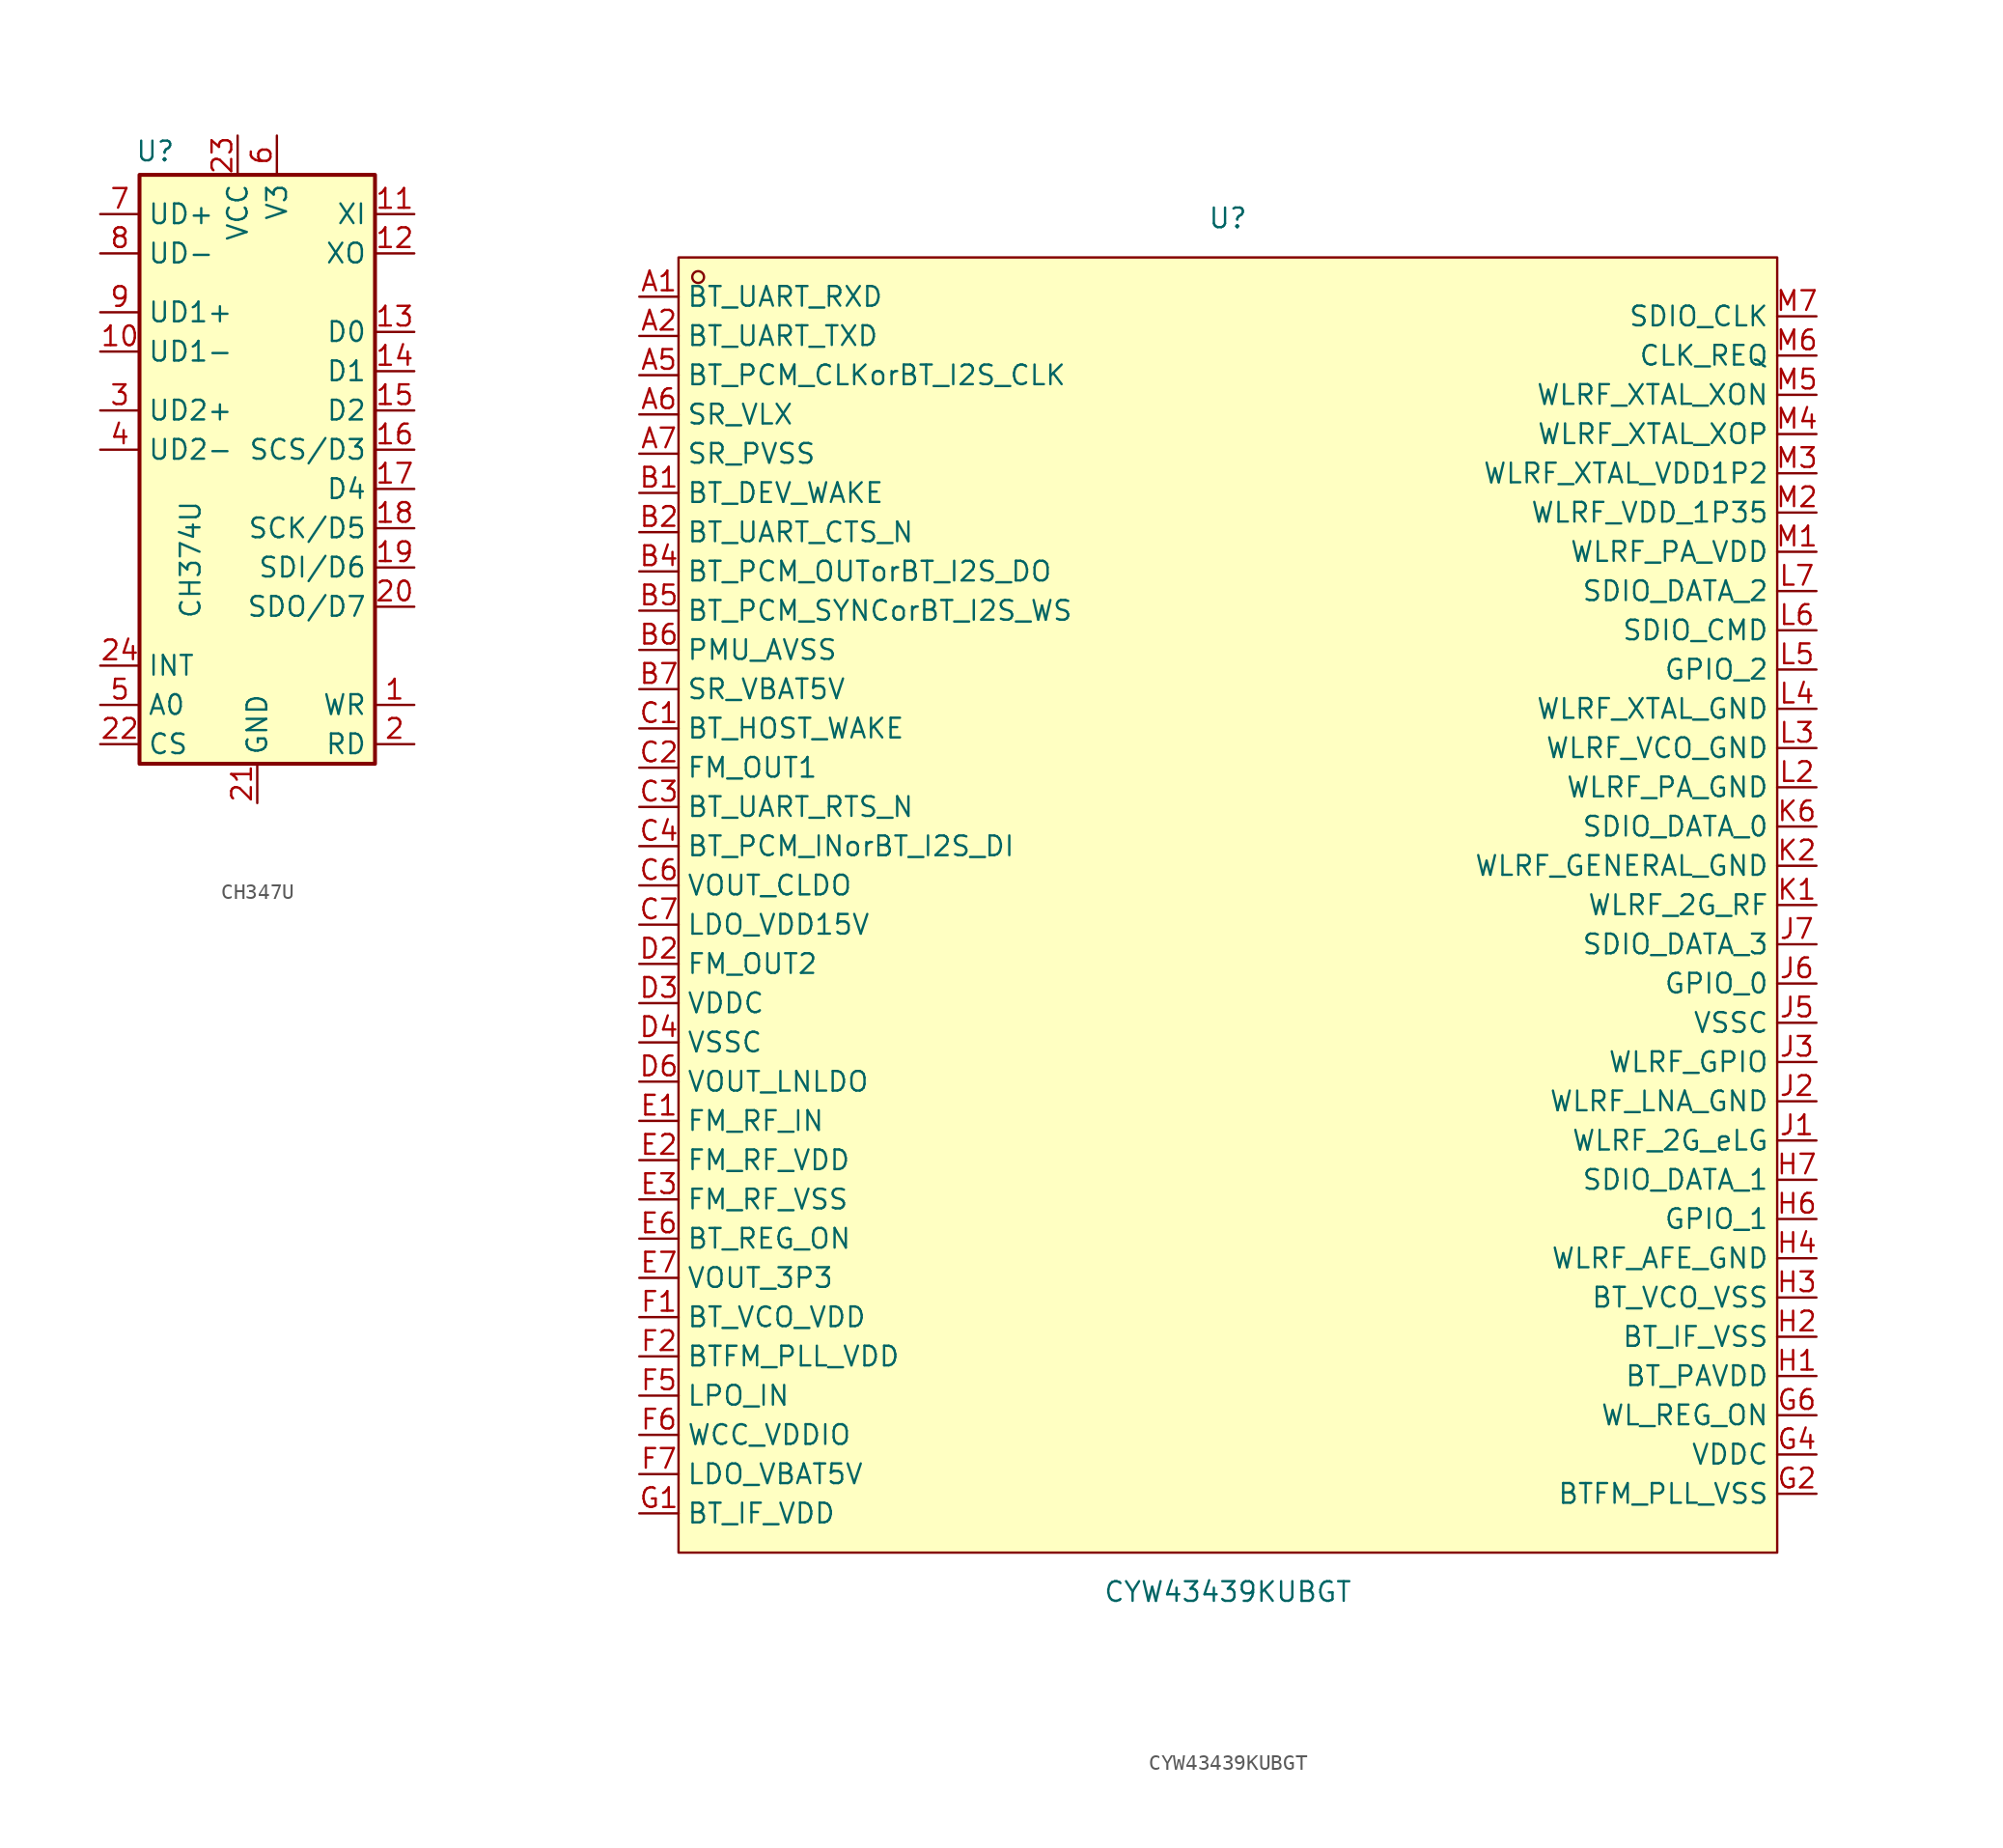
<source format=kicad_sym>
(kicad_symbol_lib
  (version 20241209)
  (generator "kicad_symbol_editor")
  (generator_version "9.0")
  (symbol "CH347U"
    (property "Reference" "U"
      (at -6.604 20.574 0)
      (effects (font (size 1.27 1.27))))
    (property "Value" "CH374U"
      (at -4.318 -5.842 90)
      (effects (font (size 1.27 1.27))))
    (symbol "CH347U_1_0"
      (pin output line (at -10.16 -12.7 0) (length 2.54) (name "INT" (effects (font (size 1.27 1.27)))) (number "24" (effects (font (size 1.27 1.27)))))
      (pin input line (at -10.16 -17.78 0) (length 2.54) (name "CS" (effects (font (size 1.27 1.27)))) (number "22" (effects (font (size 1.27 1.27)))))
      (pin power_in line (at -1.27 21.59 270) (length 2.54) (name "VCC" (effects (font (size 1.27 1.27)))) (number "23" (effects (font (size 1.27 1.27)))))
      (pin power_in line (at 0 -21.59 90) (length 2.54) (name "GND" (effects (font (size 1.27 1.27)))) (number "21" (effects (font (size 1.27 1.27))))))
    (symbol "CH347U_1_1"
      (rectangle (start -7.62 19.05) (end 7.62 -19.05) (stroke (width 0.254) (type default)) (fill (type background)))
      (pin bidirectional line (at -10.16 16.51 0) (length 2.54) (name "UD+" (effects (font (size 1.27 1.27)))) (number "7" (effects (font (size 1.27 1.27)))))
      (pin bidirectional line (at -10.16 13.97 0) (length 2.54) (name "UD-" (effects (font (size 1.27 1.27)))) (number "8" (effects (font (size 1.27 1.27)))))
      (pin bidirectional line (at -10.16 10.16 0) (length 2.54) (name "UD1+" (effects (font (size 1.27 1.27)))) (number "9" (effects (font (size 1.27 1.27)))))
      (pin bidirectional line (at -10.16 7.62 0) (length 2.54) (name "UD1-" (effects (font (size 1.27 1.27)))) (number "10" (effects (font (size 1.27 1.27)))))
      (pin bidirectional line (at -10.16 3.81 0) (length 2.54) (name "UD2+" (effects (font (size 1.27 1.27)))) (number "3" (effects (font (size 1.27 1.27)))))
      (pin bidirectional line (at -10.16 1.27 0) (length 2.54) (name "UD2-" (effects (font (size 1.27 1.27)))) (number "4" (effects (font (size 1.27 1.27)))))
      (pin input line (at -10.16 -15.24 0) (length 2.54) (name "A0" (effects (font (size 1.27 1.27)))) (number "5" (effects (font (size 1.27 1.27)))))
      (pin input line (at 1.27 21.59 270) (length 2.54) (name "V3" (effects (font (size 1.27 1.27)))) (number "6" (effects (font (size 1.27 1.27)))))
      (pin input line (at 10.16 16.51 180) (length 2.54) (name "XI" (effects (font (size 1.27 1.27)))) (number "11" (effects (font (size 1.27 1.27)))))
      (pin output line (at 10.16 13.97 180) (length 2.54) (name "XO" (effects (font (size 1.27 1.27)))) (number "12" (effects (font (size 1.27 1.27)))))
      (pin tri_state line (at 10.16 8.89 180) (length 2.54) (name "D0" (effects (font (size 1.27 1.27)))) (number "13" (effects (font (size 1.27 1.27)))))
      (pin tri_state line (at 10.16 6.35 180) (length 2.54) (name "D1" (effects (font (size 1.27 1.27)))) (number "14" (effects (font (size 1.27 1.27)))))
      (pin tri_state line (at 10.16 3.81 180) (length 2.54) (name "D2" (effects (font (size 1.27 1.27)))) (number "15" (effects (font (size 1.27 1.27)))))
      (pin tri_state line (at 10.16 1.27 180) (length 2.54) (name "SCS/D3" (effects (font (size 1.27 1.27)))) (number "16" (effects (font (size 1.27 1.27)))))
      (pin tri_state line (at 10.16 -1.27 180) (length 2.54) (name "D4" (effects (font (size 1.27 1.27)))) (number "17" (effects (font (size 1.27 1.27)))))
      (pin tri_state line (at 10.16 -3.81 180) (length 2.54) (name "SCK/D5" (effects (font (size 1.27 1.27)))) (number "18" (effects (font (size 1.27 1.27)))))
      (pin tri_state line (at 10.16 -6.35 180) (length 2.54) (name "SDI/D6" (effects (font (size 1.27 1.27)))) (number "19" (effects (font (size 1.27 1.27)))))
      (pin tri_state line (at 10.16 -8.89 180) (length 2.54) (name "SDO/D7" (effects (font (size 1.27 1.27)))) (number "20" (effects (font (size 1.27 1.27)))))
      (pin input line (at 10.16 -15.24 180) (length 2.54) (name "WR" (effects (font (size 1.27 1.27)))) (number "1" (effects (font (size 1.27 1.27)))))
      (pin input line (at 10.16 -17.78 180) (length 2.54) (name "RD" (effects (font (size 1.27 1.27)))) (number "2" (effects (font (size 1.27 1.27)))))))
  (symbol "CYW43439KUBGT"
    (property "Reference" "U"
      (at 0 44.45 0)
      (effects (font (size 1.27 1.27))))
    (property "Value" "CYW43439KUBGT"
      (at 0 -44.45 0)
      (effects (font (size 1.27 1.27))))
    (symbol "CYW43439KUBGT_0_1"
      (rectangle (start -35.56 41.91) (end 35.56 -41.91) (stroke (width 0) (type default)) (fill (type background)))
      (circle (center -34.29 40.64) (radius 0.38) (stroke (width 0) (type default)) (fill (type none)))
      (pin unspecified line (at -38.1 39.37 0) (length 2.54) (name "BT_UART_RXD" (effects (font (size 1.27 1.27)))) (number "A1" (effects (font (size 1.27 1.27)))))
      (pin unspecified line (at -38.1 36.83 0) (length 2.54) (name "BT_UART_TXD" (effects (font (size 1.27 1.27)))) (number "A2" (effects (font (size 1.27 1.27)))))
      (pin unspecified line (at -38.1 34.29 0) (length 2.54) (name "BT_PCM_CLKorBT_I2S_CLK" (effects (font (size 1.27 1.27)))) (number "A5" (effects (font (size 1.27 1.27)))))
      (pin unspecified line (at -38.1 31.75 0) (length 2.54) (name "SR_VLX" (effects (font (size 1.27 1.27)))) (number "A6" (effects (font (size 1.27 1.27)))))
      (pin unspecified line (at -38.1 29.21 0) (length 2.54) (name "SR_PVSS" (effects (font (size 1.27 1.27)))) (number "A7" (effects (font (size 1.27 1.27)))))
      (pin unspecified line (at -38.1 26.67 0) (length 2.54) (name "BT_DEV_WAKE" (effects (font (size 1.27 1.27)))) (number "B1" (effects (font (size 1.27 1.27)))))
      (pin unspecified line (at -38.1 24.13 0) (length 2.54) (name "BT_UART_CTS_N" (effects (font (size 1.27 1.27)))) (number "B2" (effects (font (size 1.27 1.27)))))
      (pin unspecified line (at -38.1 21.59 0) (length 2.54) (name "BT_PCM_OUTorBT_I2S_DO" (effects (font (size 1.27 1.27)))) (number "B4" (effects (font (size 1.27 1.27)))))
      (pin unspecified line (at -38.1 19.05 0) (length 2.54) (name "BT_PCM_SYNCorBT_I2S_WS" (effects (font (size 1.27 1.27)))) (number "B5" (effects (font (size 1.27 1.27)))))
      (pin unspecified line (at -38.1 16.51 0) (length 2.54) (name "PMU_AVSS" (effects (font (size 1.27 1.27)))) (number "B6" (effects (font (size 1.27 1.27)))))
      (pin unspecified line (at -38.1 13.97 0) (length 2.54) (name "SR_VBAT5V" (effects (font (size 1.27 1.27)))) (number "B7" (effects (font (size 1.27 1.27)))))
      (pin unspecified line (at -38.1 11.43 0) (length 2.54) (name "BT_HOST_WAKE" (effects (font (size 1.27 1.27)))) (number "C1" (effects (font (size 1.27 1.27)))))
      (pin unspecified line (at -38.1 8.89 0) (length 2.54) (name "FM_OUT1" (effects (font (size 1.27 1.27)))) (number "C2" (effects (font (size 1.27 1.27)))))
      (pin unspecified line (at -38.1 6.35 0) (length 2.54) (name "BT_UART_RTS_N" (effects (font (size 1.27 1.27)))) (number "C3" (effects (font (size 1.27 1.27)))))
      (pin unspecified line (at -38.1 3.81 0) (length 2.54) (name "BT_PCM_INorBT_I2S_DI" (effects (font (size 1.27 1.27)))) (number "C4" (effects (font (size 1.27 1.27)))))
      (pin unspecified line (at -38.1 1.27 0) (length 2.54) (name "VOUT_CLDO" (effects (font (size 1.27 1.27)))) (number "C6" (effects (font (size 1.27 1.27)))))
      (pin unspecified line (at -38.1 -1.27 0) (length 2.54) (name "LDO_VDD15V" (effects (font (size 1.27 1.27)))) (number "C7" (effects (font (size 1.27 1.27)))))
      (pin unspecified line (at -38.1 -3.81 0) (length 2.54) (name "FM_OUT2" (effects (font (size 1.27 1.27)))) (number "D2" (effects (font (size 1.27 1.27)))))
      (pin unspecified line (at -38.1 -6.35 0) (length 2.54) (name "VDDC" (effects (font (size 1.27 1.27)))) (number "D3" (effects (font (size 1.27 1.27)))))
      (pin unspecified line (at -38.1 -8.89 0) (length 2.54) (name "VSSC" (effects (font (size 1.27 1.27)))) (number "D4" (effects (font (size 1.27 1.27)))))
      (pin unspecified line (at -38.1 -11.43 0) (length 2.54) (name "VOUT_LNLDO" (effects (font (size 1.27 1.27)))) (number "D6" (effects (font (size 1.27 1.27)))))
      (pin unspecified line (at -38.1 -13.97 0) (length 2.54) (name "FM_RF_IN" (effects (font (size 1.27 1.27)))) (number "E1" (effects (font (size 1.27 1.27)))))
      (pin unspecified line (at -38.1 -16.51 0) (length 2.54) (name "FM_RF_VDD" (effects (font (size 1.27 1.27)))) (number "E2" (effects (font (size 1.27 1.27)))))
      (pin unspecified line (at -38.1 -19.05 0) (length 2.54) (name "FM_RF_VSS" (effects (font (size 1.27 1.27)))) (number "E3" (effects (font (size 1.27 1.27)))))
      (pin unspecified line (at -38.1 -21.59 0) (length 2.54) (name "BT_REG_ON" (effects (font (size 1.27 1.27)))) (number "E6" (effects (font (size 1.27 1.27)))))
      (pin unspecified line (at -38.1 -24.13 0) (length 2.54) (name "VOUT_3P3" (effects (font (size 1.27 1.27)))) (number "E7" (effects (font (size 1.27 1.27)))))
      (pin unspecified line (at -38.1 -26.67 0) (length 2.54) (name "BT_VCO_VDD" (effects (font (size 1.27 1.27)))) (number "F1" (effects (font (size 1.27 1.27)))))
      (pin unspecified line (at -38.1 -29.21 0) (length 2.54) (name "BTFM_PLL_VDD" (effects (font (size 1.27 1.27)))) (number "F2" (effects (font (size 1.27 1.27)))))
      (pin unspecified line (at -38.1 -31.75 0) (length 2.54) (name "LPO_IN" (effects (font (size 1.27 1.27)))) (number "F5" (effects (font (size 1.27 1.27)))))
      (pin unspecified line (at -38.1 -34.29 0) (length 2.54) (name "WCC_VDDIO" (effects (font (size 1.27 1.27)))) (number "F6" (effects (font (size 1.27 1.27)))))
      (pin unspecified line (at -38.1 -36.83 0) (length 2.54) (name "LDO_VBAT5V" (effects (font (size 1.27 1.27)))) (number "F7" (effects (font (size 1.27 1.27)))))
      (pin unspecified line (at -38.1 -39.37 0) (length 2.54) (name "BT_IF_VDD" (effects (font (size 1.27 1.27)))) (number "G1" (effects (font (size 1.27 1.27)))))
      (pin unspecified line (at 38.1 38.1 180) (length 2.54) (name "SDIO_CLK" (effects (font (size 1.27 1.27)))) (number "M7" (effects (font (size 1.27 1.27)))))
      (pin unspecified line (at 38.1 35.56 180) (length 2.54) (name "CLK_REQ" (effects (font (size 1.27 1.27)))) (number "M6" (effects (font (size 1.27 1.27)))))
      (pin unspecified line (at 38.1 33.02 180) (length 2.54) (name "WLRF_XTAL_XON" (effects (font (size 1.27 1.27)))) (number "M5" (effects (font (size 1.27 1.27)))))
      (pin unspecified line (at 38.1 30.48 180) (length 2.54) (name "WLRF_XTAL_XOP" (effects (font (size 1.27 1.27)))) (number "M4" (effects (font (size 1.27 1.27)))))
      (pin unspecified line (at 38.1 27.94 180) (length 2.54) (name "WLRF_XTAL_VDD1P2" (effects (font (size 1.27 1.27)))) (number "M3" (effects (font (size 1.27 1.27)))))
      (pin unspecified line (at 38.1 25.4 180) (length 2.54) (name "WLRF_VDD_1P35" (effects (font (size 1.27 1.27)))) (number "M2" (effects (font (size 1.27 1.27)))))
      (pin unspecified line (at 38.1 22.86 180) (length 2.54) (name "WLRF_PA_VDD" (effects (font (size 1.27 1.27)))) (number "M1" (effects (font (size 1.27 1.27)))))
      (pin unspecified line (at 38.1 20.32 180) (length 2.54) (name "SDIO_DATA_2" (effects (font (size 1.27 1.27)))) (number "L7" (effects (font (size 1.27 1.27)))))
      (pin unspecified line (at 38.1 17.78 180) (length 2.54) (name "SDIO_CMD" (effects (font (size 1.27 1.27)))) (number "L6" (effects (font (size 1.27 1.27)))))
      (pin unspecified line (at 38.1 15.24 180) (length 2.54) (name "GPIO_2" (effects (font (size 1.27 1.27)))) (number "L5" (effects (font (size 1.27 1.27)))))
      (pin unspecified line (at 38.1 12.7 180) (length 2.54) (name "WLRF_XTAL_GND" (effects (font (size 1.27 1.27)))) (number "L4" (effects (font (size 1.27 1.27)))))
      (pin unspecified line (at 38.1 10.16 180) (length 2.54) (name "WLRF_VCO_GND" (effects (font (size 1.27 1.27)))) (number "L3" (effects (font (size 1.27 1.27)))))
      (pin unspecified line (at 38.1 7.62 180) (length 2.54) (name "WLRF_PA_GND" (effects (font (size 1.27 1.27)))) (number "L2" (effects (font (size 1.27 1.27)))))
      (pin unspecified line (at 38.1 5.08 180) (length 2.54) (name "SDIO_DATA_0" (effects (font (size 1.27 1.27)))) (number "K6" (effects (font (size 1.27 1.27)))))
      (pin unspecified line (at 38.1 2.54 180) (length 2.54) (name "WLRF_GENERAL_GND" (effects (font (size 1.27 1.27)))) (number "K2" (effects (font (size 1.27 1.27)))))
      (pin unspecified line (at 38.1 0 180) (length 2.54) (name "WLRF_2G_RF" (effects (font (size 1.27 1.27)))) (number "K1" (effects (font (size 1.27 1.27)))))
      (pin unspecified line (at 38.1 -2.54 180) (length 2.54) (name "SDIO_DATA_3" (effects (font (size 1.27 1.27)))) (number "J7" (effects (font (size 1.27 1.27)))))
      (pin unspecified line (at 38.1 -5.08 180) (length 2.54) (name "GPIO_0" (effects (font (size 1.27 1.27)))) (number "J6" (effects (font (size 1.27 1.27)))))
      (pin unspecified line (at 38.1 -7.62 180) (length 2.54) (name "VSSC" (effects (font (size 1.27 1.27)))) (number "J5" (effects (font (size 1.27 1.27)))))
      (pin unspecified line (at 38.1 -10.16 180) (length 2.54) (name "WLRF_GPIO" (effects (font (size 1.27 1.27)))) (number "J3" (effects (font (size 1.27 1.27)))))
      (pin unspecified line (at 38.1 -12.7 180) (length 2.54) (name "WLRF_LNA_GND" (effects (font (size 1.27 1.27)))) (number "J2" (effects (font (size 1.27 1.27)))))
      (pin unspecified line (at 38.1 -15.24 180) (length 2.54) (name "WLRF_2G_eLG" (effects (font (size 1.27 1.27)))) (number "J1" (effects (font (size 1.27 1.27)))))
      (pin unspecified line (at 38.1 -17.78 180) (length 2.54) (name "SDIO_DATA_1" (effects (font (size 1.27 1.27)))) (number "H7" (effects (font (size 1.27 1.27)))))
      (pin unspecified line (at 38.1 -20.32 180) (length 2.54) (name "GPIO_1" (effects (font (size 1.27 1.27)))) (number "H6" (effects (font (size 1.27 1.27)))))
      (pin unspecified line (at 38.1 -22.86 180) (length 2.54) (name "WLRF_AFE_GND" (effects (font (size 1.27 1.27)))) (number "H4" (effects (font (size 1.27 1.27)))))
      (pin unspecified line (at 38.1 -25.4 180) (length 2.54) (name "BT_VCO_VSS" (effects (font (size 1.27 1.27)))) (number "H3" (effects (font (size 1.27 1.27)))))
      (pin unspecified line (at 38.1 -27.94 180) (length 2.54) (name "BT_IF_VSS" (effects (font (size 1.27 1.27)))) (number "H2" (effects (font (size 1.27 1.27)))))
      (pin unspecified line (at 38.1 -30.48 180) (length 2.54) (name "BT_PAVDD" (effects (font (size 1.27 1.27)))) (number "H1" (effects (font (size 1.27 1.27)))))
      (pin unspecified line (at 38.1 -33.02 180) (length 2.54) (name "WL_REG_ON" (effects (font (size 1.27 1.27)))) (number "G6" (effects (font (size 1.27 1.27)))))
      (pin unspecified line (at 38.1 -35.56 180) (length 2.54) (name "VDDC" (effects (font (size 1.27 1.27)))) (number "G4" (effects (font (size 1.27 1.27)))))
      (pin unspecified line (at 38.1 -38.1 180) (length 2.54) (name "BTFM_PLL_VSS" (effects (font (size 1.27 1.27)))) (number "G2" (effects (font (size 1.27 1.27))))))))
</source>
